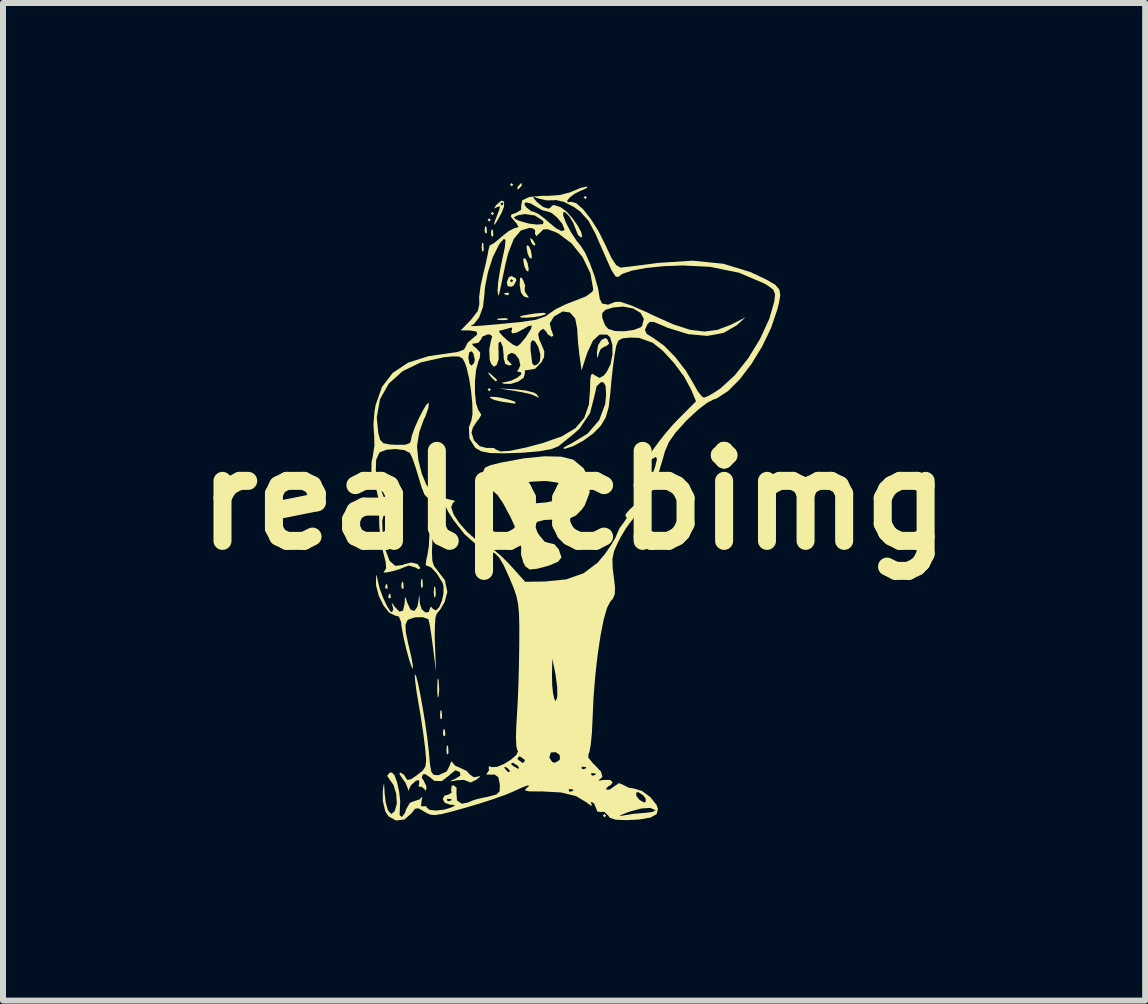
<source format=kicad_pcb>
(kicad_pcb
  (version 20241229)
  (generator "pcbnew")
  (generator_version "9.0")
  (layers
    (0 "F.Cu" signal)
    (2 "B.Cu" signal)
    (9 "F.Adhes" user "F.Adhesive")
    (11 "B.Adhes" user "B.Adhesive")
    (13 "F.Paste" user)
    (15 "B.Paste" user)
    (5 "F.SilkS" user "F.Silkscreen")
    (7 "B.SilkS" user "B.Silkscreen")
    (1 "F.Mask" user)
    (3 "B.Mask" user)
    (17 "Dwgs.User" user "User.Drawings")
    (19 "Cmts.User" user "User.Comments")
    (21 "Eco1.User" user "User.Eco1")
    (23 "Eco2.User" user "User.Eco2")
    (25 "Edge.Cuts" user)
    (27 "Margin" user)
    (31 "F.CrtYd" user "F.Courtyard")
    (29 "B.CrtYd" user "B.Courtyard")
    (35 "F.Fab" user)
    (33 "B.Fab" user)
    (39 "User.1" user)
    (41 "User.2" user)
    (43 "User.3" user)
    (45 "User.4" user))
  (footprint "realpcbimg"
    (layer "F.Cu")
    (at 6.514 5.283)
    (property "Reference" "realpcbimg" (at 0 0 0) (layer "F.SilkS") (effects (font (size 1.5 1.5) (thickness 0.3))))
    (attr board_only exclude_from_pos_files exclude_from_bom)
    (fp_poly (pts (xy -1.387 -4.669) (xy -1.414 -4.642) (xy -1.441 -4.669) (xy -1.414 -4.696)) (stroke (width 0) (type solid)) (fill yes) (layer "F.SilkS"))
    (fp_poly (pts (xy -1.387 -1.841) (xy -1.414 -1.814) (xy -1.441 -1.841) (xy -1.414 -1.868)) (stroke (width 0) (type solid)) (fill yes) (layer "F.SilkS"))
    (fp_poly (pts (xy -1.334 -4.776) (xy -1.361 -4.749) (xy -1.387 -4.776) (xy -1.361 -4.803)) (stroke (width 0) (type solid)) (fill yes) (layer "F.SilkS"))
    (fp_poly (pts (xy -1.014 -5.256) (xy -1.041 -5.229) (xy -1.067 -5.256) (xy -1.041 -5.283)) (stroke (width 0) (type solid)) (fill yes) (layer "F.SilkS"))
    (fp_poly (pts (xy 0.213 -5.043) (xy 0.187 -5.016) (xy 0.16 -5.043) (xy 0.187 -5.069)) (stroke (width 0) (type solid)) (fill yes) (layer "F.SilkS"))
    (fp_poly (pts (xy 0.534 5.256) (xy 0.507 5.283) (xy 0.48 5.256) (xy 0.507 5.229)) (stroke (width 0) (type solid)) (fill yes) (layer "F.SilkS"))
    (fp_poly (pts (xy -3.113 1.405) (xy -3.106 1.469) (xy -3.113 1.476) (xy -3.144 1.469) (xy -3.148 1.441) (xy -3.129 1.397)) (stroke (width 0) (type solid)) (fill yes) (layer "F.SilkS"))
    (fp_poly (pts (xy -3.059 1.565) (xy -3.053 1.629) (xy -3.059 1.636) (xy -3.091 1.629) (xy -3.095 1.601) (xy -3.075 1.557)) (stroke (width 0) (type solid)) (fill yes) (layer "F.SilkS"))
    (fp_poly (pts (xy -2.845 1.377) (xy -2.839 1.461) (xy -2.849 1.48) (xy -2.874 1.464) (xy -2.877 1.41) (xy -2.864 1.353)) (stroke (width 0) (type solid)) (fill yes) (layer "F.SilkS"))
    (fp_poly (pts (xy -2.526 1.321) (xy -2.519 1.43) (xy -2.526 1.454) (xy -2.545 1.461) (xy -2.553 1.387) (xy -2.545 1.312)) (stroke (width 0) (type solid)) (fill yes) (layer "F.SilkS"))
    (fp_poly (pts (xy -2.206 3.509) (xy -2.199 3.618) (xy -2.206 3.642) (xy -2.225 3.649) (xy -2.233 3.575) (xy -2.224 3.499)) (stroke (width 0) (type solid)) (fill yes) (layer "F.SilkS"))
    (fp_poly (pts (xy -2.151 3.832) (xy -2.145 3.915) (xy -2.156 3.934) (xy -2.18 3.918) (xy -2.184 3.864) (xy -2.171 3.807)) (stroke (width 0) (type solid)) (fill yes) (layer "F.SilkS"))
    (fp_poly (pts (xy -2.099 4.095) (xy -2.092 4.205) (xy -2.099 4.229) (xy -2.119 4.236) (xy -2.126 4.162) (xy -2.118 4.086)) (stroke (width 0) (type solid)) (fill yes) (layer "F.SilkS"))
    (fp_poly (pts (xy -1.512 -4.282) (xy -1.505 -4.173) (xy -1.512 -4.149) (xy -1.532 -4.142) (xy -1.539 -4.216) (xy -1.531 -4.291)) (stroke (width 0) (type solid)) (fill yes) (layer "F.SilkS"))
    (fp_poly (pts (xy -1.458 -4.546) (xy -1.451 -4.462) (xy -1.462 -4.443) (xy -1.486 -4.459) (xy -1.49 -4.513) (xy -1.477 -4.57)) (stroke (width 0) (type solid)) (fill yes) (layer "F.SilkS"))
    (fp_poly (pts (xy -1.351 -4.492) (xy -1.345 -4.409) (xy -1.355 -4.39) (xy -1.379 -4.406) (xy -1.383 -4.46) (xy -1.37 -4.517)) (stroke (width 0) (type solid)) (fill yes) (layer "F.SilkS"))
    (fp_poly (pts (xy -1.085 -3.451) (xy -1.092 -3.419) (xy -1.121 -3.415) (xy -1.165 -3.435) (xy -1.156 -3.451) (xy -1.093 -3.457)) (stroke (width 0) (type solid)) (fill yes) (layer "F.SilkS"))
    (fp_poly (pts (xy -0.694 -4.343) (xy -0.687 -4.336) (xy -0.645 -4.267) (xy -0.651 -4.241) (xy -0.69 -4.257) (xy -0.717 -4.307) (xy -0.733 -4.369)) (stroke (width 0) (type solid)) (fill yes) (layer "F.SilkS"))
    (fp_poly (pts (xy -2.314 1.446) (xy -2.311 1.455) (xy -2.303 1.571) (xy -2.313 1.615) (xy -2.33 1.617) (xy -2.338 1.533) (xy -2.337 1.521) (xy -2.33 1.438)) (stroke (width 0) (type solid)) (fill yes) (layer "F.SilkS"))
    (fp_poly (pts (xy -2.256 3.002) (xy -2.247 3.16) (xy -2.257 3.269) (xy -2.269 3.291) (xy -2.278 3.221) (xy -2.279 3.122) (xy -2.275 3.001) (xy -2.266 2.965)) (stroke (width 0) (type solid)) (fill yes) (layer "F.SilkS"))
    (fp_poly (pts (xy -1.413 -2.118) (xy -1.374 -2.088) (xy -1.3 -2.022) (xy -1.281 -1.995) (xy -1.307 -1.979) (xy -1.378 -2.047) (xy -1.394 -2.068) (xy -1.44 -2.131)) (stroke (width 0) (type solid)) (fill yes) (layer "F.SilkS"))
    (fp_poly (pts (xy -1.106 -3.023) (xy -1.104 -3.006) (xy -1.188 -2.999) (xy -1.201 -2.999) (xy -1.283 -3.006) (xy -1.275 -3.023) (xy -1.266 -3.025) (xy -1.15 -3.033)) (stroke (width 0) (type solid)) (fill yes) (layer "F.SilkS"))
    (fp_poly (pts (xy -0.871 -5.248) (xy -0.88 -5.229) (xy -0.931 -5.178) (xy -0.94 -5.176) (xy -0.944 -5.211) (xy -0.934 -5.229) (xy -0.884 -5.28) (xy -0.874 -5.283)) (stroke (width 0) (type solid)) (fill yes) (layer "F.SilkS"))
    (fp_poly (pts (xy -0.803 -4.015) (xy -0.774 -3.949) (xy -0.755 -3.848) (xy -0.764 -3.807) (xy -0.798 -3.829) (xy -0.827 -3.895) (xy -0.846 -3.996) (xy -0.837 -4.037)) (stroke (width 0) (type solid)) (fill yes) (layer "F.SilkS"))
    (fp_poly (pts (xy -0.75 -4.229) (xy -0.72 -4.162) (xy -0.702 -4.061) (xy -0.711 -4.021) (xy -0.745 -4.042) (xy -0.774 -4.109) (xy -0.792 -4.21) (xy -0.783 -4.25)) (stroke (width 0) (type solid)) (fill yes) (layer "F.SilkS"))
    (fp_poly (pts (xy -1.29 -1.718) (xy -1.229 -1.708) (xy -1.085 -1.675) (xy -0.99 -1.643) (xy -0.976 -1.634) (xy -0.979 -1.608) (xy -0.992 -1.609) (xy -1.076 -1.622) (xy -1.201 -1.64) (xy -1.329 -1.669) (xy -1.405 -1.705) (xy -1.387 -1.723)) (stroke (width 0) (type solid)) (fill yes) (layer "F.SilkS"))
    (fp_poly (pts (xy -0.971 -1.846) (xy -0.799 -1.826) (xy -0.669 -1.792) (xy -0.627 -1.768) (xy -0.588 -1.716) (xy -0.594 -1.708) (xy -0.654 -1.739) (xy -0.655 -1.74) (xy -0.722 -1.765) (xy -0.859 -1.797) (xy -0.97 -1.817) (xy -1.254 -1.862)) (stroke (width 0) (type solid)) (fill yes) (layer "F.SilkS"))
    (fp_poly (pts (xy -0.466 -3.108) (xy -0.483 -3.092) (xy -0.558 -3.068) (xy -0.673 -3.049) (xy -0.794 -3.04) (xy -0.883 -3.043) (xy -0.904 -3.06) (xy -0.903 -3.061) (xy -0.841 -3.079) (xy -0.711 -3.101) (xy -0.643 -3.111) (xy -0.505 -3.122)) (stroke (width 0) (type solid)) (fill yes) (layer "F.SilkS"))
    (fp_poly (pts (xy 0.552 -2.685) (xy 0.585 -2.608) (xy 0.532 -2.563) (xy 0.511 -2.561) (xy 0.442 -2.516) (xy 0.411 -2.441) (xy 0.394 -2.367) (xy 0.385 -2.392) (xy 0.381 -2.461) (xy 0.4 -2.579) (xy 0.455 -2.669) (xy 0.521 -2.701)) (stroke (width 0) (type solid)) (fill yes) (layer "F.SilkS"))
    (fp_poly (pts (xy -0.847 -3.665) (xy -0.814 -3.574) (xy -0.822 -3.536) (xy -0.82 -3.475) (xy -0.793 -3.433) (xy -0.752 -3.376) (xy -0.789 -3.377) (xy -0.84 -3.397) (xy -0.886 -3.464) (xy -0.906 -3.588) (xy -0.906 -3.593) (xy -0.9 -3.7) (xy -0.879 -3.711)) (stroke (width 0) (type solid)) (fill yes) (layer "F.SilkS"))
    (fp_poly (pts (xy -0.97 -3.696) (xy -0.961 -3.661) (xy -1.004 -3.579) (xy -1.041 -3.556) (xy -1.106 -3.565) (xy -1.121 -3.63) (xy -1.111 -3.655) (xy -1.067 -3.655) (xy -1.041 -3.629) (xy -1.014 -3.655) (xy -1.041 -3.682) (xy -1.067 -3.655) (xy -1.111 -3.655) (xy -1.087 -3.716) (xy -1.041 -3.735)) (stroke (width 0) (type solid)) (fill yes) (layer "F.SilkS"))
    (fp_poly (pts (xy -1.165 -4.973) (xy -1.168 -4.886) (xy -1.208 -4.786) (xy -1.279 -4.656) (xy -1.324 -4.59) (xy -1.334 -4.6) (xy -1.316 -4.656) (xy -1.265 -4.789) (xy -1.245 -4.838) (xy -1.234 -4.898) (xy -1.285 -4.881) (xy -1.333 -4.858) (xy -1.309 -4.899) (xy -1.288 -4.925) (xy -1.275 -4.936) (xy -1.227 -4.936) (xy -1.201 -4.909) (xy -1.174 -4.936) (xy -1.201 -4.963) (xy -1.227 -4.936) (xy -1.275 -4.936) (xy -1.209 -4.992)) (stroke (width 0) (type solid)) (fill yes) (layer "F.SilkS"))
    (fp_poly (pts (xy -0.217 -0.725) (xy -0.023 -0.678) (xy -0.008 -0.671) (xy 0.161 -0.53) (xy 0.252 -0.339) (xy 0.259 -0.125) (xy 0.179 0.086) (xy 0.129 0.156) (xy 0.03 0.256) (xy -0.074 0.305) (xy -0.227 0.32) (xy -0.285 0.321) (xy -0.497 0.33) (xy -0.615 0.361) (xy -0.65 0.424) (xy -0.613 0.529) (xy -0.587 0.575) (xy -0.491 0.691) (xy -0.408 0.716) (xy -0.406 0.715) (xy -0.328 0.734) (xy -0.255 0.819) (xy -0.215 0.935) (xy -0.213 0.958) (xy -0.266 1.025) (xy -0.419 1.091) (xy -0.617 1.143) (xy -0.74 1.155) (xy -0.809 1.105) (xy -0.846 1.037) (xy -0.884 0.9) (xy -0.88 0.798) (xy -0.889 0.702) (xy -0.945 0.536) (xy -1.04 0.321) (xy -1.063 0.274) (xy -1.182 0.052) (xy -1.275 -0.086) (xy -1.354 -0.155) (xy -1.399 -0.17) (xy -1.446 -0.187) (xy -0.896 -0.187) (xy -0.887 -0.086) (xy -0.848 0.007) (xy -0.77 0.046) (xy -0.647 0.053) (xy -0.459 0.037) (xy -0.283 -0.002) (xy -0.275 -0.005) (xy -0.14 -0.078) (xy -0.101 -0.158) (xy -0.148 -0.234) (xy -0.272 -0.292) (xy -0.463 -0.319) (xy -0.504 -0.319) (xy -0.722 -0.307) (xy -0.848 -0.266) (xy -0.896 -0.187) (xy -1.446 -0.187) (xy -1.484 -0.201) (xy -1.517 -0.286) (xy -1.521 -0.372) (xy -1.515 -0.479) (xy -1.482 -0.542) (xy -1.395 -0.582) (xy -1.23 -0.623) (xy -1.227 -0.624) (xy -0.835 -0.697) (xy -0.493 -0.731)) (stroke (width 0) (type solid)) (fill yes) (layer "F.SilkS"))
    (fp_poly (pts (xy -2.63 2.935) (xy -2.599 3.054) (xy -2.562 3.236) (xy -2.522 3.458) (xy -2.482 3.7) (xy -2.448 3.939) (xy -2.423 4.154) (xy -2.417 4.223) (xy -2.398 4.417) (xy -2.377 4.527) (xy -2.343 4.574) (xy -2.285 4.582) (xy -2.249 4.579) (xy -2.123 4.521) (xy -2.075 4.429) (xy -2.047 4.353) (xy -2.033 4.361) (xy -1.983 4.423) (xy -1.898 4.459) (xy -1.788 4.512) (xy -1.74 4.566) (xy -1.673 4.615) (xy -1.616 4.608) (xy -1.559 4.593) (xy -1.587 4.625) (xy -1.627 4.657) (xy -1.721 4.704) (xy -1.766 4.688) (xy -1.835 4.66) (xy -1.953 4.667) (xy -2.054 4.686) (xy -2.056 4.677) (xy -1.979 4.642) (xy -1.893 4.588) (xy -1.903 4.533) (xy -1.911 4.525) (xy -1.975 4.5) (xy -2.058 4.563) (xy -2.073 4.58) (xy -2.203 4.68) (xy -2.326 4.677) (xy -2.401 4.616) (xy -2.478 4.565) (xy -2.519 4.569) (xy -2.537 4.626) (xy -2.513 4.659) (xy -2.462 4.762) (xy -2.459 4.8) (xy -2.472 4.846) (xy -2.49 4.816) (xy -2.542 4.772) (xy -2.565 4.778) (xy -2.591 4.766) (xy -2.581 4.725) (xy -2.579 4.666) (xy -2.632 4.673) (xy -2.718 4.749) (xy -2.739 4.794) (xy -2.76 4.843) (xy -2.769 4.807) (xy -2.807 4.71) (xy -2.863 4.633) (xy -2.91 4.561) (xy -2.895 4.536) (xy -2.83 4.578) (xy -2.808 4.618) (xy -2.775 4.663) (xy -2.712 4.647) (xy -2.612 4.578) (xy -2.521 4.505) (xy -2.475 4.435) (xy -2.464 4.333) (xy -2.478 4.165) (xy -2.481 4.136) (xy -2.507 3.922) (xy -2.546 3.657) (xy -2.589 3.395) (xy -2.594 3.369) (xy -2.628 3.164) (xy -2.648 3.003) (xy -2.653 2.911) (xy -2.65 2.899)) (stroke (width 0) (type solid)) (fill yes) (layer "F.SilkS"))
    (fp_poly (pts (xy -2.384 0.139) (xy -2.364 0.232) (xy -2.354 0.399) (xy -2.357 0.606) (xy -2.359 0.647) (xy -2.368 0.868) (xy -2.361 1.009) (xy -2.334 1.097) (xy -2.291 1.151) (xy -2.153 1.332) (xy -2.111 1.529) (xy -2.157 1.699) (xy -2.227 1.818) (xy -2.285 1.888) (xy -2.288 1.89) (xy -2.308 1.954) (xy -2.319 2.097) (xy -2.321 2.295) (xy -2.318 2.387) (xy -2.3 2.855) (xy -2.353 2.43) (xy -2.38 2.23) (xy -2.405 2.074) (xy -2.425 1.99) (xy -2.428 1.983) (xy -2.522 1.949) (xy -2.653 1.953) (xy -2.761 1.99) (xy -2.779 2.006) (xy -2.808 2.076) (xy -2.804 2.194) (xy -2.765 2.383) (xy -2.752 2.435) (xy -2.711 2.614) (xy -2.687 2.749) (xy -2.685 2.81) (xy -2.686 2.81) (xy -2.708 2.774) (xy -2.747 2.659) (xy -2.793 2.49) (xy -2.795 2.486) (xy -2.84 2.29) (xy -2.871 2.124) (xy -2.882 2.03) (xy -2.918 1.939) (xy -2.987 1.921) (xy -3.08 1.874) (xy -3.175 1.754) (xy -3.253 1.595) (xy -3.297 1.427) (xy -3.301 1.349) (xy -3.295 1.251) (xy -3.286 1.256) (xy -3.272 1.334) (xy -3.237 1.476) (xy -3.179 1.632) (xy -3.114 1.769) (xy -3.057 1.855) (xy -3.035 1.868) (xy -3.012 1.826) (xy -3.021 1.774) (xy -3.038 1.71) (xy -3.015 1.735) (xy -2.99 1.774) (xy -2.909 1.858) (xy -2.849 1.84) (xy -2.823 1.722) (xy -2.823 1.721) (xy -2.817 1.621) (xy -2.805 1.624) (xy -2.781 1.704) (xy -2.725 1.822) (xy -2.662 1.847) (xy -2.611 1.776) (xy -2.6 1.724) (xy -2.577 1.574) (xy -2.569 1.721) (xy -2.538 1.817) (xy -2.479 1.87) (xy -2.422 1.865) (xy -2.4 1.801) (xy -2.383 1.773) (xy -2.35 1.813) (xy -2.3 1.837) (xy -2.247 1.783) (xy -2.202 1.678) (xy -2.175 1.552) (xy -2.175 1.432) (xy -2.193 1.373) (xy -2.286 1.224) (xy -2.378 1.123) (xy -2.449 1.092) (xy -2.458 1.096) (xy -2.472 1.068) (xy -2.456 0.967) (xy -2.445 0.924) (xy -2.419 0.76) (xy -2.408 0.545) (xy -2.412 0.388) (xy -2.418 0.205) (xy -2.407 0.125)) (stroke (width 0) (type solid)) (fill yes) (layer "F.SilkS"))
    (fp_poly (pts (xy 0.213 -5.225) (xy 0.223 -5.208) (xy 0.148 -5.17) (xy 0.11 -5.155) (xy 0.007 -5.104) (xy -0.074 -5.041) (xy -0.116 -4.987) (xy -0.102 -4.962) (xy -0.051 -4.972) (xy 0.036 -4.949) (xy 0.151 -4.847) (xy 0.28 -4.683) (xy 0.41 -4.478) (xy 0.524 -4.248) (xy 0.529 -4.237) (xy 0.625 -4.033) (xy 0.702 -3.917) (xy 0.77 -3.876) (xy 0.784 -3.876) (xy 0.877 -3.886) (xy 1.047 -3.907) (xy 1.265 -3.935) (xy 1.4 -3.953) (xy 1.973 -3.99) (xy 2.486 -3.939) (xy 2.94 -3.8) (xy 2.994 -3.775) (xy 3.214 -3.67) (xy 3.352 -3.588) (xy 3.421 -3.509) (xy 3.436 -3.411) (xy 3.411 -3.272) (xy 3.387 -3.179) (xy 3.283 -2.871) (xy 3.134 -2.561) (xy 2.956 -2.27) (xy 2.762 -2.015) (xy 2.566 -1.818) (xy 2.381 -1.697) (xy 2.321 -1.676) (xy 2.216 -1.621) (xy 2.069 -1.509) (xy 1.906 -1.359) (xy 1.865 -1.318) (xy 1.691 -1.125) (xy 1.58 -0.967) (xy 1.513 -0.809) (xy 1.49 -0.725) (xy 1.4 -0.424) (xy 1.282 -0.153) (xy 1.154 0.055) (xy 1.118 0.097) (xy 1.042 0.19) (xy 1.014 0.247) (xy 0.982 0.313) (xy 0.934 0.373) (xy 0.862 0.473) (xy 0.773 0.624) (xy 0.734 0.698) (xy 0.667 0.847) (xy 0.639 0.978) (xy 0.644 1.137) (xy 0.66 1.261) (xy 0.682 1.448) (xy 0.679 1.564) (xy 0.647 1.642) (xy 0.603 1.692) (xy 0.549 1.795) (xy 0.494 1.988) (xy 0.442 2.251) (xy 0.394 2.568) (xy 0.354 2.921) (xy 0.324 3.291) (xy 0.308 3.655) (xy 0.297 3.885) (xy 0.278 4.074) (xy 0.256 4.197) (xy 0.24 4.23) (xy 0.238 4.29) (xy 0.317 4.386) (xy 0.334 4.401) (xy 0.45 4.524) (xy 0.473 4.61) (xy 0.414 4.663) (xy 0.409 4.674) (xy 0.488 4.662) (xy 0.494 4.661) (xy 0.599 4.661) (xy 0.644 4.698) (xy 0.61 4.747) (xy 0.574 4.764) (xy 0.533 4.806) (xy 0.541 4.824) (xy 0.598 4.82) (xy 0.664 4.771) (xy 0.75 4.714) (xy 0.815 4.742) (xy 0.914 4.791) (xy 0.995 4.803) (xy 1.133 4.845) (xy 1.273 4.949) (xy 1.375 5.079) (xy 1.398 5.146) (xy 1.376 5.231) (xy 1.273 5.288) (xy 1.08 5.321) (xy 0.873 5.331) (xy 0.694 5.324) (xy 0.597 5.293) (xy 0.575 5.263) (xy 0.764 5.263) (xy 0.827 5.252) (xy 0.997 5.225) (xy 1.181 5.21) (xy 1.182 5.21) (xy 1.302 5.196) (xy 1.354 5.17) (xy 1.352 5.163) (xy 1.272 5.127) (xy 1.121 5.137) (xy 0.922 5.19) (xy 0.88 5.206) (xy 0.772 5.25) (xy 0.764 5.263) (xy 0.575 5.263) (xy 0.566 5.251) (xy 0.5 5.191) (xy 0.453 5.196) (xy 0.385 5.187) (xy 0.374 5.151) (xy 0.335 5.057) (xy 0.312 5.038) (xy 0.276 5.031) (xy 0.294 5.074) (xy 0.291 5.095) (xy 0.227 5.051) (xy 0.209 5.036) (xy 0.032 4.93) (xy -0.214 4.87) (xy -0.233 4.869) (xy 1.036 4.869) (xy 1.038 4.927) (xy 1.093 4.996) (xy 1.164 5.035) (xy 1.192 5.031) (xy 1.196 4.978) (xy 1.154 4.919) (xy 1.075 4.866) (xy 1.036 4.869) (xy -0.233 4.869) (xy -0.543 4.852) (xy -0.587 4.853) (xy -0.752 4.851) (xy -0.819 4.834) (xy -0.81 4.82) (xy -0.089 4.82) (xy -0.082 4.852) (xy -0.053 4.856) (xy -0.009 4.836) (xy -0.018 4.82) (xy -0.081 4.814) (xy -0.089 4.82) (xy -0.81 4.82) (xy -0.8 4.804) (xy -0.746 4.759) (xy -0.772 4.753) (xy -0.863 4.785) (xy -1.002 4.849) (xy -1.003 4.85) (xy -1.136 4.906) (xy -1.342 4.979) (xy -1.588 5.059) (xy -1.778 5.115) (xy -2.03 5.186) (xy -2.202 5.229) (xy -2.316 5.246) (xy -2.393 5.24) (xy -2.457 5.213) (xy -2.493 5.19) (xy -2.593 5.133) (xy -2.652 5.143) (xy -2.709 5.218) (xy -2.828 5.321) (xy -2.967 5.337) (xy -3.091 5.268) (xy -3.146 5.182) (xy -3.185 5.016) (xy -3.187 4.849) (xy -3.173 4.741) (xy -3.165 4.729) (xy -3.159 4.817) (xy -3.156 4.883) (xy -3.137 5.04) (xy -3.103 5.16) (xy -3.094 5.176) (xy -3.044 5.229) (xy -2.995 5.188) (xy -2.986 5.176) (xy -2.953 5.056) (xy -2.963 4.895) (xy -3.008 4.745) (xy -3.066 4.664) (xy -3.114 4.592) (xy -3.074 4.541) (xy -3.035 4.536) (xy -2.991 4.583) (xy -2.948 4.702) (xy -2.914 4.858) (xy -2.896 5.015) (xy -2.902 5.133) (xy -2.906 5.25) (xy -2.869 5.278) (xy -2.819 5.215) (xy -2.797 5.149) (xy -2.735 5.042) (xy -2.667 5.016) (xy -2.569 4.984) (xy -2.54 4.949) (xy -2.527 4.941) (xy -2.541 5.009) (xy -2.549 5.098) (xy -2.514 5.1) (xy -2.461 5.099) (xy -2.455 5.12) (xy -2.409 5.159) (xy -2.298 5.171) (xy -2.16 5.155) (xy -2.054 5.123) (xy -1.982 5.088) (xy -2.011 5.076) (xy -2.068 5.073) (xy -2.156 5.041) (xy -2.186 4.98) (xy -2.117 4.98) (xy -2.109 5.012) (xy -2.081 5.016) (xy -2.037 4.996) (xy -2.046 4.98) (xy -2.109 4.974) (xy -2.117 4.98) (xy -2.186 4.98) (xy -2.188 4.977) (xy -2.157 4.921) (xy -2.102 4.909) (xy -2.041 4.876) (xy -2.047 4.829) (xy -2.04 4.76) (xy -2.007 4.749) (xy -1.957 4.792) (xy -1.96 4.876) (xy -1.95 5.003) (xy -1.871 5.058) (xy -1.772 5.039) (xy -1.695 5.006) (xy -1.63 4.984) (xy -1.535 4.962) (xy -1.425 4.939) (xy -1.293 4.903) (xy -1.24 4.851) (xy -1.236 4.75) (xy -1.238 4.729) (xy -1.263 4.613) (xy -1.324 4.572) (xy -1.387 4.572) (xy -1.463 4.571) (xy -1.454 4.554) (xy -1.453 4.554) (xy 0.285 4.554) (xy 0.292 4.585) (xy 0.32 4.589) (xy 0.364 4.57) (xy 0.356 4.554) (xy 0.292 4.547) (xy 0.285 4.554) (xy -1.453 4.554) (xy -1.414 4.496) (xy -1.422 4.469) (xy -1.419 4.434) (xy -1.362 4.448) (xy -1.31 4.444) (xy -1.165 4.444) (xy -1.152 4.474) (xy -1.099 4.531) (xy -1.068 4.52) (xy -1.067 4.512) (xy -1.105 4.467) (xy -1.129 4.451) (xy -1.165 4.444) (xy -1.31 4.444) (xy -1.279 4.442) (xy -1.172 4.397) (xy -1.051 4.397) (xy -1.014 4.429) (xy -0.929 4.477) (xy -0.917 4.459) (xy -0.924 4.447) (xy 0.125 4.447) (xy 0.132 4.479) (xy 0.16 4.482) (xy 0.204 4.463) (xy 0.196 4.447) (xy 0.132 4.44) (xy 0.125 4.447) (xy -0.924 4.447) (xy -0.934 4.429) (xy -1.012 4.378) (xy -1.03 4.376) (xy -1.051 4.397) (xy -1.172 4.397) (xy -1.165 4.394) (xy -1.05 4.322) (xy -1.027 4.302) (xy -0.942 4.302) (xy -0.934 4.322) (xy -0.863 4.374) (xy -0.847 4.376) (xy -0.819 4.343) (xy -0.827 4.322) (xy -0.871 4.29) (xy -0.411 4.29) (xy -0.365 4.361) (xy -0.32 4.376) (xy -0.252 4.337) (xy -0.236 4.316) (xy -0.239 4.247) (xy -0.302 4.199) (xy -0.378 4.202) (xy -0.392 4.213) (xy -0.411 4.29) (xy -0.871 4.29) (xy -0.898 4.271) (xy -0.913 4.269) (xy -0.942 4.302) (xy -1.027 4.302) (xy -0.963 4.246) (xy -0.933 4.185) (xy -0.944 4.169) (xy -0.961 4.104) (xy -0.968 3.956) (xy -0.962 3.749) (xy -0.954 3.629) (xy -0.939 3.369) (xy -0.926 3.046) (xy -0.923 2.917) (xy -0.368 2.917) (xy -0.364 3.083) (xy -0.349 3.222) (xy -0.328 3.316) (xy -0.305 3.346) (xy -0.284 3.293) (xy -0.279 3.255) (xy -0.281 3.119) (xy -0.303 2.941) (xy -0.313 2.882) (xy -0.362 2.641) (xy -0.368 2.917) (xy -0.923 2.917) (xy -0.917 2.701) (xy -0.913 2.401) (xy -0.912 2.107) (xy -0.917 1.894) (xy -0.932 1.733) (xy -0.96 1.599) (xy -1.005 1.466) (xy -1.072 1.306) (xy -1.081 1.284) (xy -1.174 1.081) (xy -1.248 0.956) (xy -1.32 0.885) (xy -1.408 0.847) (xy -1.427 0.842) (xy -1.62 0.747) (xy -1.823 0.569) (xy -2.013 0.327) (xy -2.099 0.188) (xy -2.174 0.041) (xy -2.192 -0.028) (xy -2.156 -0.032) (xy -2.045 -0.003) (xy -2.01 0.001) (xy -1.985 0.019) (xy -2.019 0.047) (xy -2.047 0.119) (xy -2.007 0.236) (xy -1.915 0.377) (xy -1.787 0.523) (xy -1.641 0.654) (xy -1.493 0.749) (xy -1.423 0.777) (xy -1.329 0.833) (xy -1.197 0.946) (xy -1.061 1.085) (xy -0.814 1.36) (xy -0.49 1.355) (xy -0.13 1.32) (xy 0.158 1.218) (xy 0.392 1.042) (xy 0.51 0.903) (xy 0.615 0.751) (xy 0.69 0.624) (xy 0.715 0.563) (xy 0.757 0.467) (xy 0.825 0.376) (xy 0.879 0.296) (xy 0.86 0.267) (xy 0.858 0.236) (xy 0.923 0.159) (xy 0.983 0.104) (xy 1.136 -0.077) (xy 1.262 -0.311) (xy 1.278 -0.352) (xy 1.352 -0.561) (xy 1.381 -0.681) (xy 1.365 -0.721) (xy 1.304 -0.689) (xy 1.273 -0.662) (xy 1.205 -0.613) (xy 1.194 -0.633) (xy 1.229 -0.707) (xy 1.302 -0.821) (xy 1.402 -0.96) (xy 1.519 -1.109) (xy 1.644 -1.254) (xy 1.723 -1.337) (xy 2.032 -1.646) (xy 1.949 -1.846) (xy 1.832 -2.06) (xy 1.665 -2.286) (xy 1.48 -2.487) (xy 1.312 -2.622) (xy 1.082 -2.704) (xy 0.934 -2.709) (xy 0.807 -2.696) (xy 0.739 -2.659) (xy 0.702 -2.57) (xy 0.677 -2.428) (xy 0.649 -2.229) (xy 0.622 -1.983) (xy 0.605 -1.788) (xy 0.577 -1.549) (xy 0.528 -1.379) (xy 0.447 -1.242) (xy 0.446 -1.24) (xy 0.321 -1.113) (xy 0.155 -0.992) (xy -0.015 -0.899) (xy -0.154 -0.856) (xy -0.171 -0.856) (xy -0.173 -0.875) (xy -0.096 -0.92) (xy -0.054 -0.939) (xy 0.225 -1.108) (xy 0.418 -1.332) (xy 0.519 -1.602) (xy 0.534 -1.762) (xy 0.525 -1.904) (xy 0.492 -1.962) (xy 0.447 -1.965) (xy 0.376 -1.898) (xy 0.343 -1.75) (xy 0.266 -1.45) (xy 0.094 -1.195) (xy -0.011 -1.099) (xy -0.14 -0.996) (xy -0.24 -0.914) (xy -0.257 -0.9) (xy -0.373 -0.852) (xy -0.582 -0.814) (xy -0.868 -0.79) (xy -1.183 -0.78) (xy -1.401 -0.786) (xy -1.543 -0.813) (xy -1.64 -0.868) (xy -1.65 -0.877) (xy -1.743 -1.027) (xy -1.748 -1.124) (xy -1.708 -1.124) (xy -1.667 -0.995) (xy -1.57 -0.899) (xy -1.451 -0.868) (xy -1.433 -0.871) (xy -1.335 -0.868) (xy -1.3 -0.843) (xy -1.226 -0.812) (xy -1.062 -0.823) (xy -0.807 -0.876) (xy -0.529 -0.949) (xy -0.206 -1.062) (xy 0.023 -1.199) (xy 0.17 -1.371) (xy 0.247 -1.593) (xy 0.266 -1.834) (xy 0.27 -2.006) (xy 0.283 -2.09) (xy 0.312 -2.104) (xy 0.353 -2.076) (xy 0.425 -2.037) (xy 0.491 -2.073) (xy 0.54 -2.129) (xy 0.607 -2.261) (xy 0.64 -2.426) (xy 0.638 -2.589) (xy 0.601 -2.713) (xy 0.553 -2.758) (xy 0.425 -2.759) (xy 0.314 -2.657) (xy 0.218 -2.45) (xy 0.209 -2.423) (xy 0.125 -2.162) (xy 0.089 -2.422) (xy 0.067 -2.617) (xy 0.055 -2.799) (xy 0.053 -2.852) (xy 0.019 -3.026) (xy 0.005 -3.043) (xy 0.468 -3.043) (xy 0.516 -2.916) (xy 0.571 -2.853) (xy 0.681 -2.818) (xy 0.837 -2.814) (xy 0.995 -2.836) (xy 1.11 -2.88) (xy 1.133 -2.903) (xy 1.163 -3.02) (xy 1.107 -3.121) (xy 0.985 -3.194) (xy 0.816 -3.225) (xy 0.657 -3.211) (xy 0.524 -3.172) (xy 0.47 -3.117) (xy 0.468 -3.043) (xy 0.005 -3.043) (xy -0.069 -3.127) (xy -0.189 -3.144) (xy -0.322 -3.067) (xy -0.343 -3.046) (xy -0.404 -2.946) (xy -0.381 -2.843) (xy -0.376 -2.833) (xy -0.344 -2.743) (xy -0.373 -2.721) (xy -0.44 -2.764) (xy -0.461 -2.803) (xy -0.509 -2.854) (xy -0.561 -2.827) (xy -0.599 -2.768) (xy -0.58 -2.676) (xy -0.547 -2.603) (xy -0.495 -2.478) (xy -0.5 -2.384) (xy -0.542 -2.299) (xy -0.647 -2.19) (xy -0.735 -2.173) (xy -0.818 -2.163) (xy -0.82 -2.108) (xy -0.841 -2.038) (xy -0.932 -1.975) (xy -1.055 -1.937) (xy -1.17 -1.939) (xy -1.207 -1.958) (xy -1.144 -1.968) (xy -1.047 -1.991) (xy -0.952 -2.037) (xy -0.886 -2.088) (xy -0.877 -2.126) (xy -0.907 -2.134) (xy -0.953 -2.15) (xy -0.927 -2.175) (xy -0.895 -2.249) (xy -0.919 -2.351) (xy -0.982 -2.433) (xy -1.039 -2.455) (xy -1.107 -2.418) (xy -1.114 -2.342) (xy -1.057 -2.278) (xy -1.054 -2.277) (xy -1.035 -2.253) (xy -1.081 -2.245) (xy -1.146 -2.269) (xy -1.172 -2.364) (xy -1.174 -2.425) (xy -1.183 -2.508) (xy -0.725 -2.508) (xy -0.724 -2.495) (xy -0.707 -2.363) (xy -0.697 -2.283) (xy -0.697 -2.281) (xy -0.663 -2.241) (xy -0.602 -2.268) (xy -0.568 -2.322) (xy -0.561 -2.426) (xy -0.594 -2.548) (xy -0.648 -2.643) (xy -0.692 -2.668) (xy -0.723 -2.622) (xy -0.725 -2.508) (xy -1.183 -2.508) (xy -1.188 -2.558) (xy -1.223 -2.638) (xy -1.227 -2.641) (xy -1.259 -2.621) (xy -1.26 -2.51) (xy -1.257 -2.489) (xy -1.257 -2.345) (xy -1.289 -2.251) (xy -1.337 -2.223) (xy -1.384 -2.275) (xy -1.406 -2.347) (xy -1.413 -2.509) (xy -1.389 -2.638) (xy -1.364 -2.732) (xy -1.403 -2.761) (xy -1.443 -2.76) (xy -1.529 -2.724) (xy -1.547 -2.683) (xy -1.591 -2.624) (xy -1.641 -2.613) (xy -1.701 -2.605) (xy -1.677 -2.569) (xy -1.632 -2.534) (xy -1.564 -2.461) (xy -1.57 -2.373) (xy -1.592 -2.32) (xy -1.631 -2.177) (xy -1.651 -1.988) (xy -1.651 -1.788) (xy -1.633 -1.614) (xy -1.596 -1.5) (xy -1.584 -1.486) (xy -1.545 -1.423) (xy -1.587 -1.349) (xy -1.611 -1.324) (xy -1.686 -1.21) (xy -1.708 -1.124) (xy -1.748 -1.124) (xy -1.752 -1.211) (xy -1.71 -1.33) (xy -1.692 -1.432) (xy -1.695 -1.605) (xy -1.715 -1.815) (xy -1.749 -2.029) (xy -1.792 -2.213) (xy -1.819 -2.288) (xy -1.857 -2.36) (xy -1.889 -2.378) (xy -1.761 -2.378) (xy -1.743 -2.276) (xy -1.708 -2.241) (xy -1.664 -2.286) (xy -1.654 -2.345) (xy -1.679 -2.447) (xy -1.708 -2.481) (xy -1.747 -2.462) (xy -1.761 -2.378) (xy -1.889 -2.378) (xy -1.916 -2.393) (xy -2.024 -2.395) (xy -2.167 -2.381) (xy -2.549 -2.297) (xy -2.858 -2.148) (xy -3.088 -1.94) (xy -3.233 -1.682) (xy -3.287 -1.379) (xy -3.261 -1.116) (xy -3.231 -1.005) (xy -3.179 -0.95) (xy -3.072 -0.928) (xy -2.973 -0.922) (xy -2.811 -0.924) (xy -2.735 -0.951) (xy -2.721 -0.987) (xy -2.702 -1.077) (xy -2.654 -1.21) (xy -2.588 -1.358) (xy -2.519 -1.494) (xy -2.46 -1.592) (xy -2.423 -1.623) (xy -2.419 -1.618) (xy -2.427 -1.536) (xy -2.475 -1.402) (xy -2.505 -1.34) (xy -2.579 -1.134) (xy -2.614 -0.914) (xy -2.615 -0.889) (xy -2.594 -0.67) (xy -2.539 -0.448) (xy -2.462 -0.259) (xy -2.373 -0.139) (xy -2.366 -0.134) (xy -2.31 -0.081) (xy -2.349 -0.052) (xy -2.383 -0.043) (xy -2.443 -0.042) (xy -2.49 -0.09) (xy -2.537 -0.205) (xy -2.586 -0.368) (xy -2.643 -0.556) (xy -2.697 -0.708) (xy -2.736 -0.787) (xy -2.827 -0.834) (xy -2.973 -0.852) (xy -3.125 -0.84) (xy -3.236 -0.798) (xy -3.244 -0.79) (xy -3.297 -0.672) (xy -3.303 -0.494) (xy -3.265 -0.292) (xy -3.204 -0.137) (xy -3.138 0.028) (xy -3.141 0.143) (xy -3.15 0.164) (xy -3.196 0.341) (xy -3.188 0.589) (xy -3.143 0.827) (xy -3.073 1.011) (xy -2.98 1.094) (xy -2.857 1.081) (xy -2.828 1.067) (xy -2.712 1.039) (xy -2.609 1.064) (xy -2.561 1.129) (xy -2.561 1.133) (xy -2.592 1.152) (xy -2.638 1.123) (xy -2.752 1.089) (xy -2.811 1.11) (xy -2.91 1.15) (xy -3.024 1.184) (xy -3.123 1.204) (xy -3.175 1.205) (xy -3.163 1.187) (xy -3.131 1.135) (xy -3.138 1.033) (xy -3.178 0.878) (xy -3.22 0.675) (xy -3.245 0.43) (xy -3.247 0.267) (xy -3.261 -0.036) (xy -3.318 -0.285) (xy -3.323 -0.3) (xy -3.377 -0.482) (xy -3.373 -0.642) (xy -3.355 -0.721) (xy -3.326 -0.908) (xy -3.331 -1.092) (xy -3.334 -1.105) (xy -3.342 -1.264) (xy -3.326 -1.467) (xy -3.307 -1.581) (xy -3.201 -1.885) (xy -3.022 -2.12) (xy -2.765 -2.291) (xy -2.425 -2.399) (xy -2.153 -2.438) (xy -1.944 -2.468) (xy -1.835 -2.508) (xy -1.814 -2.542) (xy -1.773 -2.624) (xy -1.708 -2.68) (xy -1.615 -2.758) (xy -1.622 -2.798) (xy -1.245 -2.798) (xy -1.187 -2.732) (xy -1.1 -2.653) (xy -1.011 -2.588) (xy -0.951 -2.562) (xy -0.899 -2.601) (xy -0.818 -2.697) (xy -0.804 -2.716) (xy -0.717 -2.852) (xy -0.703 -2.912) (xy -0.764 -2.898) (xy -0.825 -2.861) (xy -0.949 -2.794) (xy -1.03 -2.778) (xy -1.046 -2.814) (xy -1.035 -2.837) (xy -1.032 -2.877) (xy -1.09 -2.864) (xy -1.202 -2.832) (xy -1.245 -2.826) (xy -1.245 -2.798) (xy -1.622 -2.798) (xy -1.624 -2.809) (xy -1.735 -2.828) (xy -1.745 -2.828) (xy -1.889 -2.828) (xy -1.818 -2.901) (xy -1.722 -2.901) (xy -1.668 -2.9) (xy -1.538 -2.908) (xy -1.323 -2.926) (xy -1.014 -2.956) (xy -0.886 -2.968) (xy -0.635 -3.006) (xy -0.474 -3.064) (xy -0.413 -3.108) (xy -0.307 -3.181) (xy -0.14 -3.263) (xy 0.005 -3.319) (xy 0.206 -3.399) (xy 0.306 -3.474) (xy 0.32 -3.513) (xy 0.272 -3.78) (xy 0.144 -4.046) (xy -0.041 -4.278) (xy -0.263 -4.444) (xy -0.316 -4.469) (xy -0.442 -4.514) (xy -0.513 -4.51) (xy -0.569 -4.452) (xy -0.571 -4.451) (xy -0.63 -4.397) (xy -0.652 -4.442) (xy -0.647 -4.496) (xy -0.686 -4.528) (xy -0.747 -4.536) (xy -0.888 -4.491) (xy -1.004 -4.352) (xy -1.097 -4.116) (xy -1.141 -3.94) (xy -1.184 -3.734) (xy -1.221 -3.557) (xy -1.245 -3.447) (xy -1.246 -3.442) (xy -1.262 -3.402) (xy -1.272 -3.467) (xy -1.274 -3.495) (xy -1.264 -3.632) (xy -1.234 -3.826) (xy -1.199 -3.996) (xy -1.153 -4.213) (xy -1.142 -4.331) (xy -1.167 -4.355) (xy -1.228 -4.289) (xy -1.254 -4.249) (xy -1.353 -4.05) (xy -1.435 -3.796) (xy -1.485 -3.542) (xy -1.494 -3.417) (xy -1.518 -3.216) (xy -1.582 -3.043) (xy -1.671 -2.931) (xy -1.708 -2.912) (xy -1.722 -2.901) (xy -1.818 -2.901) (xy -1.72 -3.002) (xy -1.602 -3.154) (xy -1.577 -3.274) (xy -1.579 -3.285) (xy -1.581 -3.392) (xy -1.558 -3.562) (xy -1.52 -3.738) (xy -1.474 -3.929) (xy -1.44 -4.087) (xy -1.425 -4.172) (xy -1.405 -4.244) (xy -1.389 -4.253) (xy -1.336 -4.281) (xy -1.239 -4.36) (xy -1.206 -4.39) (xy -1.088 -4.484) (xy -0.988 -4.533) (xy -0.971 -4.536) (xy -0.925 -4.549) (xy -0.954 -4.605) (xy -0.989 -4.645) (xy -1.046 -4.714) (xy -1.002 -4.714) (xy -0.979 -4.684) (xy -0.907 -4.651) (xy -0.748 -4.607) (xy -0.62 -4.592) (xy -0.519 -4.599) (xy -0.507 -4.633) (xy -0.529 -4.663) (xy -0.654 -4.743) (xy -0.822 -4.767) (xy -0.937 -4.746) (xy -1.002 -4.714) (xy -1.046 -4.714) (xy -1.054 -4.725) (xy -1.042 -4.762) (xy -0.969 -4.785) (xy -0.882 -4.837) (xy -0.88 -4.909) (xy -0.876 -4.933) (xy -0.83 -4.933) (xy -0.8 -4.883) (xy -0.714 -4.815) (xy -0.668 -4.803) (xy -0.592 -4.768) (xy -0.479 -4.682) (xy -0.435 -4.642) (xy -0.303 -4.532) (xy -0.206 -4.482) (xy -0.161 -4.5) (xy -0.16 -4.511) (xy -0.196 -4.603) (xy -0.281 -4.708) (xy -0.375 -4.786) (xy -0.423 -4.803) (xy -0.536 -4.833) (xy -0.617 -4.881) (xy -0.726 -4.945) (xy -0.805 -4.963) (xy -0.83 -4.933) (xy -0.876 -4.933) (xy -0.863 -4.997) (xy -0.778 -5.036) (xy -0.677 -5.036) (xy -0.616 -4.965) (xy -0.516 -4.885) (xy -0.425 -4.856) (xy -0.376 -4.888) (xy -0.374 -4.905) (xy -0.333 -4.917) (xy -0.232 -4.884) (xy -0.212 -4.874) (xy -0.122 -4.805) (xy -0.026 -4.697) (xy 0.06 -4.575) (xy 0.12 -4.464) (xy 0.135 -4.391) (xy 0.114 -4.376) (xy 0.064 -4.421) (xy 0.035 -4.496) (xy -0.013 -4.619) (xy -0.08 -4.729) (xy -0.146 -4.796) (xy -0.182 -4.799) (xy -0.179 -4.735) (xy -0.131 -4.614) (xy -0.053 -4.468) (xy 0.039 -4.326) (xy 0.109 -4.24) (xy 0.184 -4.124) (xy 0.266 -3.941) (xy 0.343 -3.729) (xy 0.401 -3.525) (xy 0.427 -3.368) (xy 0.427 -3.357) (xy 0.467 -3.276) (xy 0.567 -3.257) (xy 0.688 -3.304) (xy 0.773 -3.304) (xy 0.944 -3.248) (xy 1.201 -3.136) (xy 1.319 -3.079) (xy 1.659 -2.927) (xy 1.936 -2.838) (xy 2.172 -2.809) (xy 2.388 -2.837) (xy 2.606 -2.92) (xy 2.627 -2.93) (xy 2.855 -3.045) (xy 2.708 -2.912) (xy 2.491 -2.786) (xy 2.217 -2.737) (xy 1.901 -2.766) (xy 1.559 -2.872) (xy 1.456 -2.917) (xy 1.329 -2.969) (xy 1.261 -2.969) (xy 1.223 -2.93) (xy 1.181 -2.837) (xy 1.211 -2.77) (xy 1.325 -2.7) (xy 1.499 -2.575) (xy 1.687 -2.384) (xy 1.861 -2.159) (xy 1.987 -1.946) (xy 2.065 -1.808) (xy 2.136 -1.722) (xy 2.164 -1.708) (xy 2.24 -1.737) (xy 2.365 -1.812) (xy 2.446 -1.868) (xy 2.676 -2.079) (xy 2.901 -2.363) (xy 3.099 -2.687) (xy 3.252 -3.019) (xy 3.336 -3.31) (xy 3.349 -3.432) (xy 3.317 -3.51) (xy 3.219 -3.581) (xy 3.165 -3.612) (xy 2.748 -3.789) (xy 2.268 -3.887) (xy 1.814 -3.91) (xy 1.488 -3.898) (xy 1.198 -3.868) (xy 0.963 -3.824) (xy 0.802 -3.769) (xy 0.738 -3.72) (xy 0.695 -3.723) (xy 0.631 -3.818) (xy 0.594 -3.896) (xy 0.511 -4.085) (xy 0.413 -4.308) (xy 0.356 -4.439) (xy 0.239 -4.657) (xy 0.101 -4.81) (xy -0.002 -4.884) (xy -0.168 -4.969) (xy -0.302 -5.001) (xy -0.332 -4.997) (xy -0.462 -4.995) (xy -0.577 -5.022) (xy -0.672 -5.055) (xy -0.677 -5.036) (xy -0.778 -5.036) (xy -0.745 -5.051) (xy -0.53 -5.071) (xy -0.426 -5.07) (xy -0.237 -5.084) (xy -0.063 -5.129) (xy -0.026 -5.146) (xy 0.108 -5.202) (xy 0.211 -5.225)) (stroke (width 0) (type solid)) (fill yes) (layer "F.SilkS")))
  (gr_rect
    (start -3 -3)
    (end 16.029 13.62)
    (stroke (width 0.1) (type default))
    (fill no)
    (layer "Edge.Cuts")))
</source>
